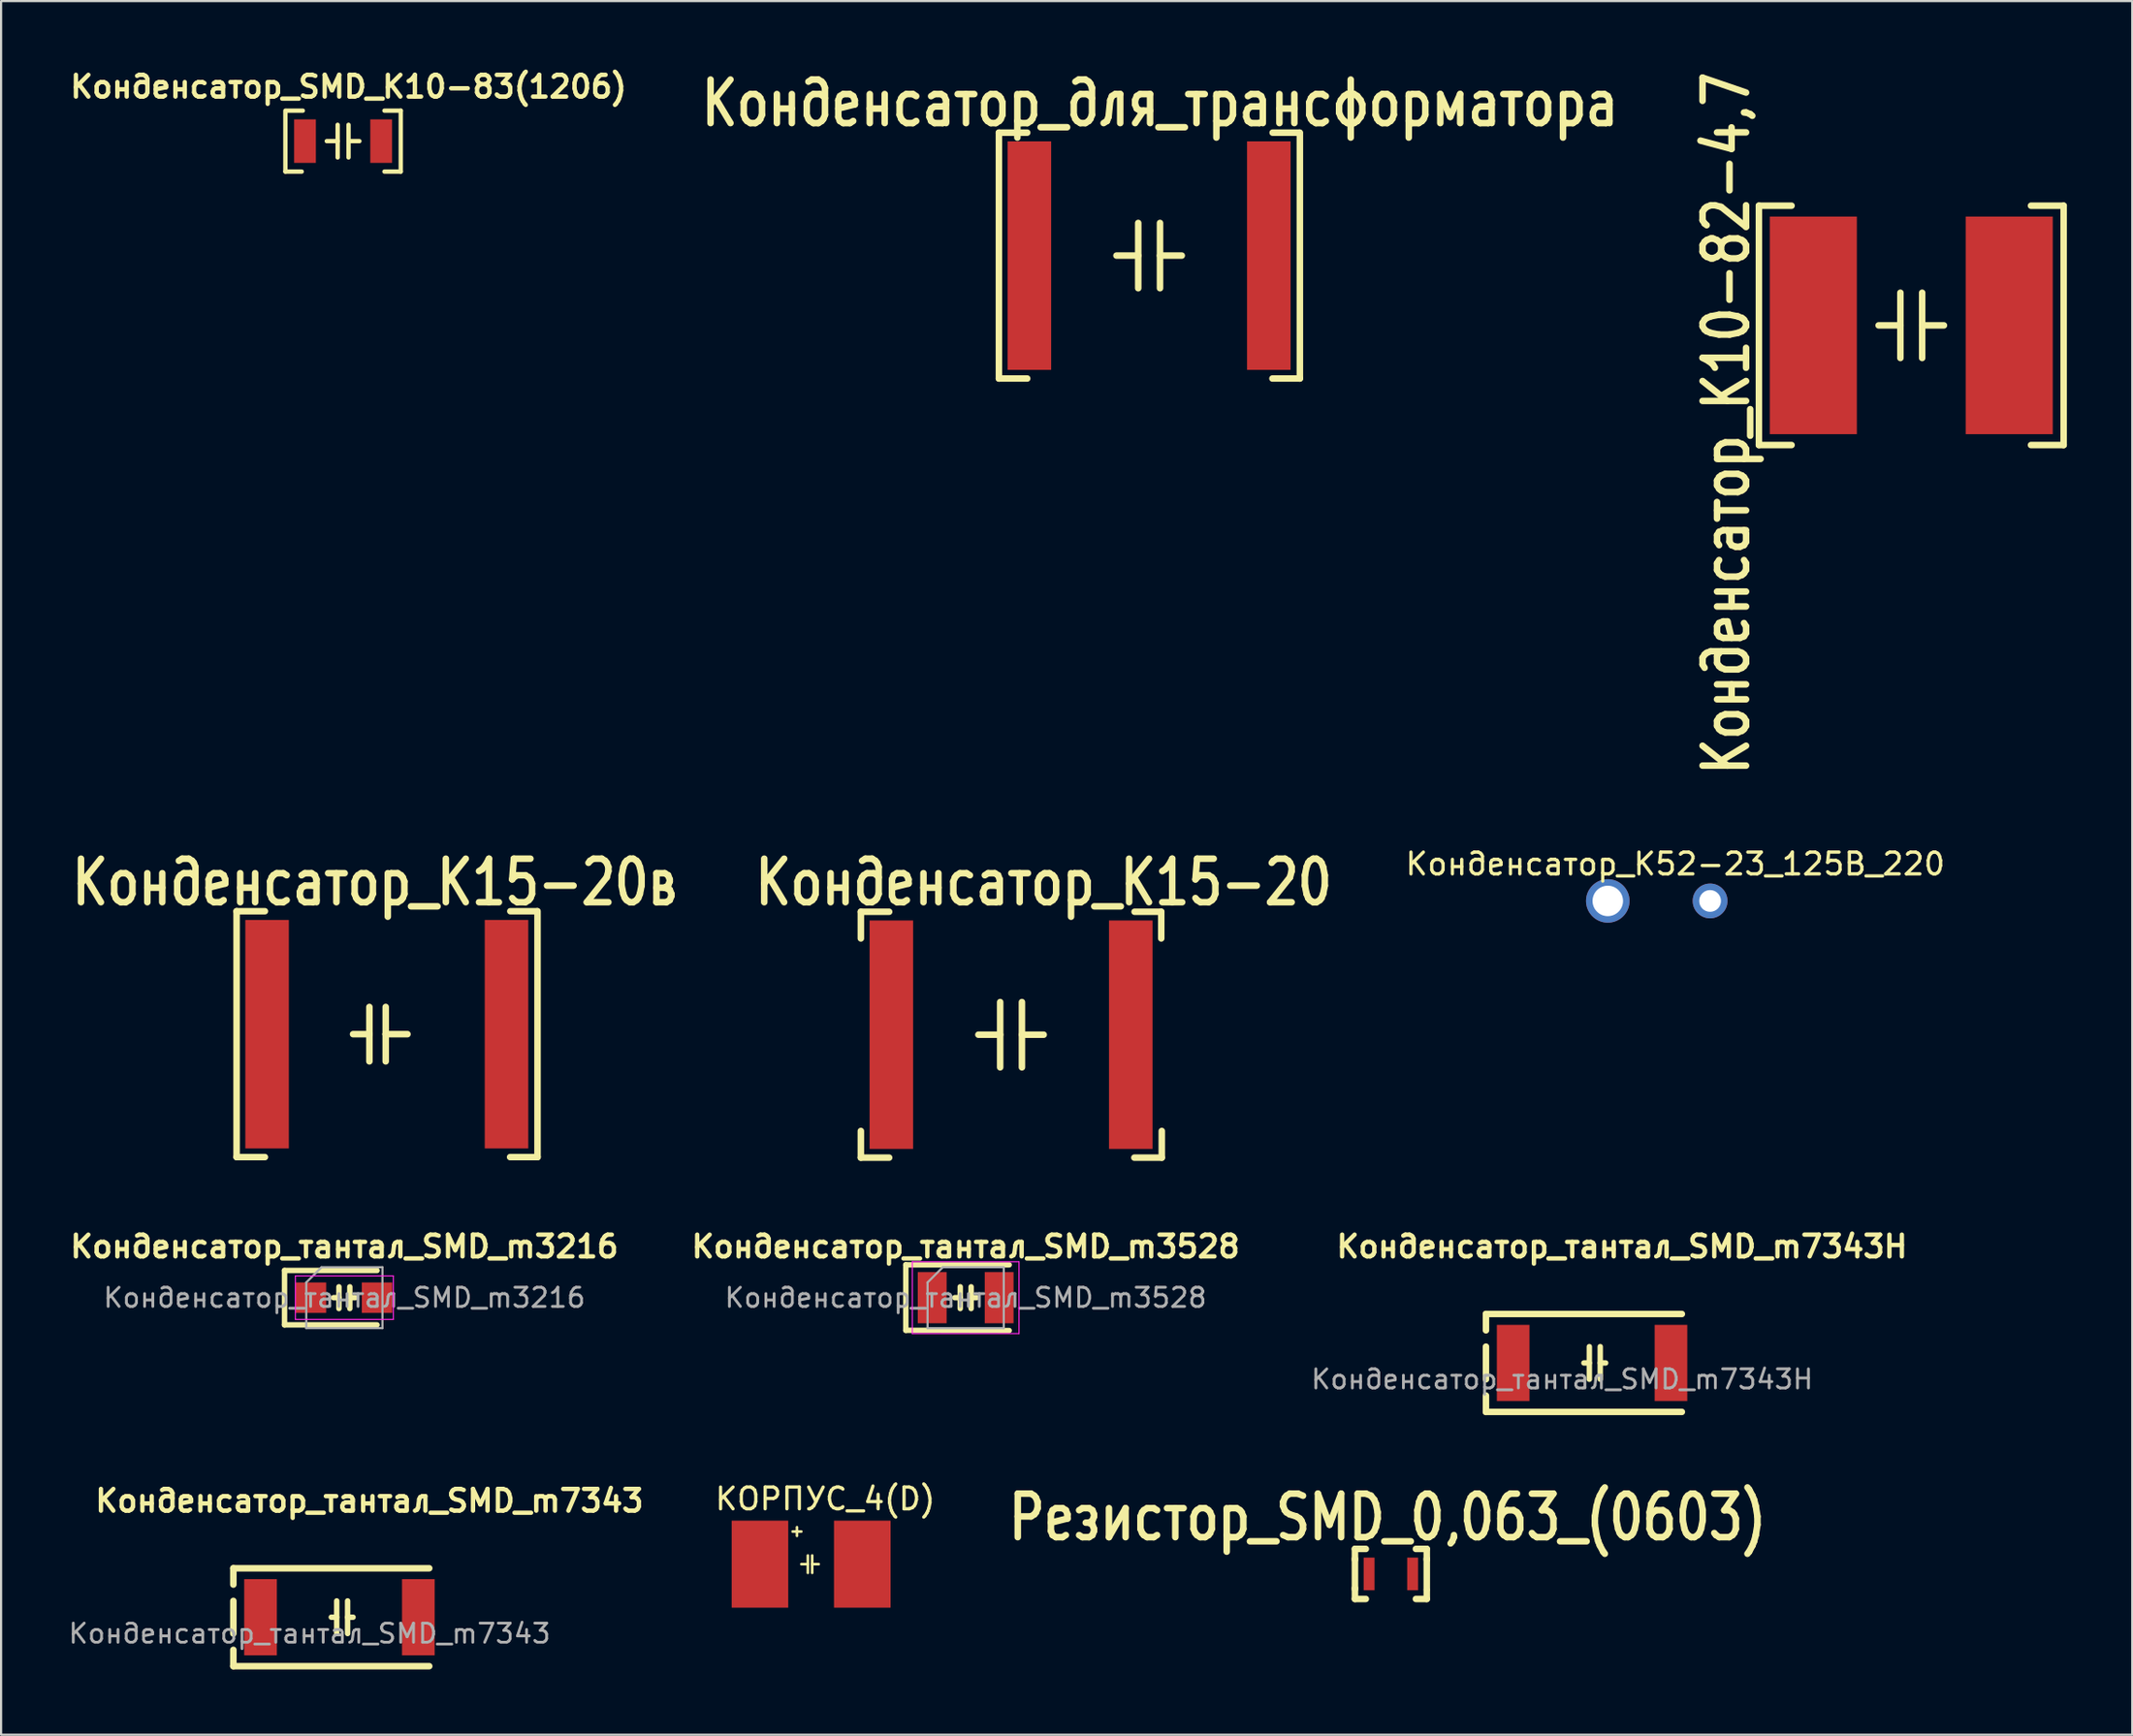
<source format=kicad_pcb>
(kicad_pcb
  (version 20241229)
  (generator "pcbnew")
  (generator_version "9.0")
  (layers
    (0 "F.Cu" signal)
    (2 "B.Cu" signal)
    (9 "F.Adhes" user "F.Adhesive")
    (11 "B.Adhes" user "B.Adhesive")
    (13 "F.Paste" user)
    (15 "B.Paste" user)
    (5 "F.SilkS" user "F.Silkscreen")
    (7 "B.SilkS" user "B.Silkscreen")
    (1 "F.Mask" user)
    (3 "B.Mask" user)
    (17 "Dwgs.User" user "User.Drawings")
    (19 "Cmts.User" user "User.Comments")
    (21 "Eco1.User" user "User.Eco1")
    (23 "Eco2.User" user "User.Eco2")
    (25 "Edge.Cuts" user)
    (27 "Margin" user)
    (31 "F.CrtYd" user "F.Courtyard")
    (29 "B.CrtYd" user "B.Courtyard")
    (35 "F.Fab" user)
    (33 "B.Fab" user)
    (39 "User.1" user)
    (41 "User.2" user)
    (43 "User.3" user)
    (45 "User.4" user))
  (footprint "Конденсатор_для_трансформатора"
    (layer "F.Cu")
    (at 44.242 8.697)
    (property "Reference" "Конденсатор_для_трансформатора" (at 6 -7 0) (layer "F.SilkS") (effects (font (size 2 1.6) (thickness 0.3))))
    (attr through_hole)
    (fp_line (start -1.4 -5.65) (end -1.4 5.65) (stroke (width 0.3) (type solid)) (layer "F.SilkS"))
    (fp_line (start -1.4 -5.65) (end -0.1 -5.65) (stroke (width 0.3) (type solid)) (layer "F.SilkS"))
    (fp_line (start -1.4 5.65) (end -0.1 5.65) (stroke (width 0.3) (type solid)) (layer "F.SilkS"))
    (fp_line (start 5 -1.5) (end 5 1.5) (stroke (width 0.3) (type solid)) (layer "F.SilkS"))
    (fp_line (start 5 0) (end 4 0) (stroke (width 0.3) (type solid)) (layer "F.SilkS"))
    (fp_line (start 6 -1.5) (end 6 1.5) (stroke (width 0.3) (type solid)) (layer "F.SilkS"))
    (fp_line (start 6 0) (end 7 0) (stroke (width 0.3) (type solid)) (layer "F.SilkS"))
    (fp_line (start 12.4 -5.65) (end 11.175 -5.65) (stroke (width 0.3) (type solid)) (layer "F.SilkS"))
    (fp_line (start 12.425 5.65) (end 11.165 5.65) (stroke (width 0.3) (type solid)) (layer "F.SilkS"))
    (fp_line (start 12.425 5.65) (end 12.425 -5.65) (stroke (width 0.3) (type solid)) (layer "F.SilkS"))
    (pad "1" smd rect (at 0 0) (size 2 10.5) (layers "F.Cu" "F.Mask" "F.Paste"))
    (pad "2" smd rect (at 11 0) (size 2 10.5) (layers "F.Cu" "F.Mask" "F.Paste")))
  (footprint "Конденсатор_тантал_SMD_m7343H"
    (layer "F.Cu")
    (at 66.467 59.591)
    (property "Reference" "Конденсатор_тантал_SMD_m7343H" (at 5 -5.35 0) (layer "F.SilkS") (effects (font (size 1 1) (thickness 0.2))))
    (attr smd)
    (fp_line (start -1.25 -2.25) (end -1.25 -1.5) (stroke (width 0.3) (type solid)) (layer "F.SilkS"))
    (fp_line (start -1.25 -2.25) (end 7.75 -2.25) (stroke (width 0.3) (type solid)) (layer "F.SilkS"))
    (fp_line (start -1.25 -0.75) (end -1.25 0.75) (stroke (width 0.3) (type solid)) (layer "F.SilkS"))
    (fp_line (start -1.25 2.25) (end -1.25 1.5) (stroke (width 0.3) (type solid)) (layer "F.SilkS"))
    (fp_line (start -1.25 2.25) (end 7.75 2.25) (stroke (width 0.3) (type solid)) (layer "F.SilkS"))
    (fp_line (start 3.5 -0.75) (end 3.5 0.75) (stroke (width 0.25) (type solid)) (layer "F.SilkS"))
    (fp_line (start 3.5 0) (end 3.25 0) (stroke (width 0.25) (type solid)) (layer "F.SilkS"))
    (fp_line (start 4 -0.75) (end 4 0.75) (stroke (width 0.25) (type solid)) (layer "F.SilkS"))
    (fp_line (start 4 0) (end 4.25 0) (stroke (width 0.25) (type solid)) (layer "F.SilkS"))
    (fp_text user "${REFERENCE}" (at 2.25 0.75 0) (layer "F.Fab") (effects (font (size 0.88 0.88) (thickness 0.13))))
    (pad "1" smd rect (at 0 0) (size 1.5 3.5) (layers "F.Cu" "F.Mask" "F.Paste"))
    (pad "2" smd rect (at 7.25 0) (size 1.5 3.5) (layers "F.Cu" "F.Mask" "F.Paste")))
  (footprint "Конденсатор_тантал_SMD_m7343"
    (layer "F.Cu")
    (at 8.92 71.277)
    (property "Reference" "Конденсатор_тантал_SMD_m7343" (at 5 -5.35 0) (layer "F.SilkS") (effects (font (size 1 1) (thickness 0.2))))
    (attr smd)
    (fp_line (start -1.25 -2.25) (end -1.25 -1.5) (stroke (width 0.3) (type solid)) (layer "F.SilkS"))
    (fp_line (start -1.25 -2.25) (end 7.75 -2.25) (stroke (width 0.3) (type solid)) (layer "F.SilkS"))
    (fp_line (start -1.25 -0.75) (end -1.25 0.75) (stroke (width 0.3) (type solid)) (layer "F.SilkS"))
    (fp_line (start -1.25 2.25) (end -1.25 1.5) (stroke (width 0.3) (type solid)) (layer "F.SilkS"))
    (fp_line (start -1.25 2.25) (end 7.75 2.25) (stroke (width 0.3) (type solid)) (layer "F.SilkS"))
    (fp_line (start 3.5 -0.75) (end 3.5 0.75) (stroke (width 0.25) (type solid)) (layer "F.SilkS"))
    (fp_line (start 3.5 0) (end 3.25 0) (stroke (width 0.25) (type solid)) (layer "F.SilkS"))
    (fp_line (start 4 -0.75) (end 4 0.75) (stroke (width 0.25) (type solid)) (layer "F.SilkS"))
    (fp_line (start 4 0) (end 4.25 0) (stroke (width 0.25) (type solid)) (layer "F.SilkS"))
    (fp_text user "${REFERENCE}" (at 2.25 0.75 0) (layer "F.Fab") (effects (font (size 0.88 0.88) (thickness 0.13))))
    (pad "1" smd rect (at 0 0) (size 1.5 3.5) (layers "F.Cu" "F.Mask" "F.Paste"))
    (pad "2" smd rect (at 7.25 0) (size 1.5 3.5) (layers "F.Cu" "F.Mask" "F.Paste")))
  (footprint "Конденсатор_тантал_SMD_m3528"
    (layer "F.Cu")
    (at 41.314 56.591)
    (property "Reference" "Конденсатор_тантал_SMD_m3528" (at 0 -2.35 0) (layer "F.SilkS") (effects (font (size 1 1) (thickness 0.2))))
    (attr smd)
    (fp_line (start -2.75 -1.51) (end -2.75 1.5) (stroke (width 0.25) (type solid)) (layer "F.SilkS"))
    (fp_line (start -2.75 1.5) (end 2 1.51) (stroke (width 0.25) (type solid)) (layer "F.SilkS"))
    (fp_line (start -0.25 -0.5) (end -0.25 0.5) (stroke (width 0.25) (type solid)) (layer "F.SilkS"))
    (fp_line (start -0.25 0) (end -0.5 0) (stroke (width 0.25) (type solid)) (layer "F.SilkS"))
    (fp_line (start 0.25 -0.5) (end 0.25 0.5) (stroke (width 0.25) (type solid)) (layer "F.SilkS"))
    (fp_line (start 0.25 0) (end 0.5 0) (stroke (width 0.25) (type solid)) (layer "F.SilkS"))
    (fp_line (start 2 -1.51) (end -2.75 -1.51) (stroke (width 0.25) (type solid)) (layer "F.SilkS"))
    (fp_line (start -2.45 -1.65) (end 2.45 -1.65) (stroke (width 0.05) (type solid)) (layer "F.CrtYd"))
    (fp_line (start -2.45 1.65) (end -2.45 -1.65) (stroke (width 0.05) (type solid)) (layer "F.CrtYd"))
    (fp_line (start 2.45 -1.65) (end 2.45 1.65) (stroke (width 0.05) (type solid)) (layer "F.CrtYd"))
    (fp_line (start 2.45 1.65) (end -2.45 1.65) (stroke (width 0.05) (type solid)) (layer "F.CrtYd"))
    (fp_line (start -1.75 -0.7) (end -1.75 1.4) (stroke (width 0.1) (type solid)) (layer "F.Fab"))
    (fp_line (start -1.75 1.4) (end 1.75 1.4) (stroke (width 0.1) (type solid)) (layer "F.Fab"))
    (fp_line (start -1.05 -1.4) (end -1.75 -0.7) (stroke (width 0.1) (type solid)) (layer "F.Fab"))
    (fp_line (start 1.75 -1.4) (end -1.05 -1.4) (stroke (width 0.1) (type solid)) (layer "F.Fab"))
    (fp_line (start 1.75 1.4) (end 1.75 -1.4) (stroke (width 0.1) (type solid)) (layer "F.Fab"))
    (fp_text user "${REFERENCE}" (at 0 0 0) (layer "F.Fab") (effects (font (size 0.88 0.88) (thickness 0.13))))
    (pad "1" smd rect (at -1.538 0) (size 1.325 2.35) (layers "F.Cu" "F.Mask" "F.Paste"))
    (pad "2" smd rect (at 1.538 0) (size 1.325 2.35) (layers "F.Cu" "F.Mask" "F.Paste")))
  (footprint "Конденсатор_К15-20в"
    (layer "F.Cu")
    (at 9.22 44.48)
    (property "Reference" "Конденсатор_К15-20в" (at 4.975 -6.975 0) (layer "F.SilkS") (effects (font (size 2 1.6) (thickness 0.3))))
    (attr through_hole)
    (fp_line (start -1.4 -5.65) (end -1.4 5.65) (stroke (width 0.3) (type solid)) (layer "F.SilkS"))
    (fp_line (start -1.4 -5.65) (end -0.1 -5.65) (stroke (width 0.3) (type solid)) (layer "F.SilkS"))
    (fp_line (start -1.4 5.65) (end -0.1 5.65) (stroke (width 0.3) (type solid)) (layer "F.SilkS"))
    (fp_line (start 4.7 0) (end 3.95 0) (stroke (width 0.3) (type solid)) (layer "F.SilkS"))
    (fp_line (start 4.7 0) (end 4.7 -1.25) (stroke (width 0.3) (type solid)) (layer "F.SilkS"))
    (fp_line (start 4.7 0) (end 4.7 1.25) (stroke (width 0.3) (type solid)) (layer "F.SilkS"))
    (fp_line (start 5.45 0) (end 5.45 -1.25) (stroke (width 0.3) (type solid)) (layer "F.SilkS"))
    (fp_line (start 5.45 0) (end 5.45 1.25) (stroke (width 0.3) (type solid)) (layer "F.SilkS"))
    (fp_line (start 5.45 0) (end 6.45 0) (stroke (width 0.3) (type solid)) (layer "F.SilkS"))
    (fp_line (start 12.4 -5.65) (end 11.175 -5.65) (stroke (width 0.3) (type solid)) (layer "F.SilkS"))
    (fp_line (start 12.425 5.65) (end 11.165 5.65) (stroke (width 0.3) (type solid)) (layer "F.SilkS"))
    (fp_line (start 12.425 5.65) (end 12.425 -5.65) (stroke (width 0.3) (type solid)) (layer "F.SilkS"))
    (pad "1" smd rect (at 0 0) (size 2 10.5) (layers "F.Cu" "F.Mask" "F.Paste"))
    (pad "2" smd rect (at 11 0) (size 2 10.5) (layers "F.Cu" "F.Mask" "F.Paste")))
  (footprint "Конденсатор_К10-82-4,7"
    (layer "F.Cu")
    (at 80.257 11.904)
    (property "Reference" "Конденсатор_К10-82-4,7" (at -4 4.5 270) (layer "F.SilkS") (effects (font (size 2 1.6) (thickness 0.3))))
    (attr through_hole)
    (fp_line (start -2.5 -5.5) (end -1 -5.5) (stroke (width 0.3) (type solid)) (layer "F.SilkS"))
    (fp_line (start -2.5 5.5) (end -2.5 -5.5) (stroke (width 0.3) (type solid)) (layer "F.SilkS"))
    (fp_line (start -1 5.5) (end -2.5 5.5) (stroke (width 0.3) (type solid)) (layer "F.SilkS"))
    (fp_line (start 3 0) (end 4 0) (stroke (width 0.3) (type solid)) (layer "F.SilkS"))
    (fp_line (start 4 -1.5) (end 4 1.5) (stroke (width 0.3) (type solid)) (layer "F.SilkS"))
    (fp_line (start 5 -1.5) (end 5 1.5) (stroke (width 0.3) (type solid)) (layer "F.SilkS"))
    (fp_line (start 5 0) (end 6 0) (stroke (width 0.3) (type solid)) (layer "F.SilkS"))
    (fp_line (start 10 -5.5) (end 11.5 -5.5) (stroke (width 0.3) (type solid)) (layer "F.SilkS"))
    (fp_line (start 11.5 -5.5) (end 11.5 5.5) (stroke (width 0.3) (type solid)) (layer "F.SilkS"))
    (fp_line (start 11.5 5.5) (end 10 5.5) (stroke (width 0.3) (type solid)) (layer "F.SilkS"))
    (pad "1" smd rect (at 0 0) (size 4 10) (layers "F.Cu" "F.Mask" "F.Paste"))
    (pad "2" smd rect (at 9 0) (size 4 10) (layers "F.Cu" "F.Mask" "F.Paste")))
  (footprint "Конденсатор_SMD_К10-83(1206)"
    (layer "F.Cu")
    (at 10.962 3.436)
    (property "Reference" "Конденсатор_SMD_К10-83(1206)" (at 2 -2.5 0) (layer "F.SilkS") (effects (font (size 1 1) (thickness 0.2))))
    (attr through_hole)
    (fp_line (start -0.9 -1.4) (end -0.9 1.4) (stroke (width 0.2) (type solid)) (layer "F.SilkS"))
    (fp_line (start -0.9 1.4) (end -0.15 1.4) (stroke (width 0.2) (type solid)) (layer "F.SilkS"))
    (fp_line (start -0.1 -1.4) (end -0.85 -1.4) (stroke (width 0.2) (type solid)) (layer "F.SilkS"))
    (fp_line (start 1.5 0) (end 1 0) (stroke (width 0.2) (type solid)) (layer "F.SilkS"))
    (fp_line (start 1.5 0.75) (end 1.5 -0.75) (stroke (width 0.2) (type solid)) (layer "F.SilkS"))
    (fp_line (start 2 0) (end 2.5 0) (stroke (width 0.2) (type solid)) (layer "F.SilkS"))
    (fp_line (start 2 0.75) (end 2 -0.75) (stroke (width 0.2) (type solid)) (layer "F.SilkS"))
    (fp_line (start 3.65 -1.4) (end 4.4 -1.4) (stroke (width 0.2) (type solid)) (layer "F.SilkS"))
    (fp_line (start 4.4 -1.4) (end 4.4 1.4) (stroke (width 0.2) (type solid)) (layer "F.SilkS"))
    (fp_line (start 4.4 1.4) (end 3.65 1.4) (stroke (width 0.2) (type solid)) (layer "F.SilkS"))
    (pad "1" smd rect (at 0 0) (size 1 2) (layers "F.Cu" "F.Mask" "F.Paste"))
    (pad "2" smd rect (at 3.5 0) (size 1 2) (layers "F.Cu" "F.Mask" "F.Paste")))
  (footprint "Конденсатор_К52-23_125В_220"
    (layer "F.Cu")
    (at 70.814 38.357)
    (property "Reference" "Конденсатор_К52-23_125В_220" (at 3.1 -1.7 0) (layer "F.SilkS") (effects (font (size 1 1) (thickness 0.15))))
    (attr through_hole)
    (pad "1" thru_hole circle (at 0 0) (size 2 2) (drill 1.4) (layers "*.Cu" "*.Mask"))
    (pad "2" thru_hole circle (at 4.7 0) (size 1.6 1.6) (drill 1) (layers "*.Cu" "*.Mask")))
  (footprint "Резистор_SMD_0,063_(0603)"
    (layer "F.Cu")
    (at 60.098 69.288)
    (property "Reference" "Резистор_SMD_0,063_(0603)" (at 0.6 -2.6 0) (layer "F.SilkS") (effects (font (size 2 1.6) (thickness 0.3))))
    (attr through_hole)
    (fp_line (start -0.9 -1.15) (end -0.9 -0.65) (stroke (width 0.3) (type solid)) (layer "F.SilkS"))
    (fp_line (start -0.9 -1.15) (end -0.4 -1.15) (stroke (width 0.3) (type solid)) (layer "F.SilkS"))
    (fp_line (start -0.9 -0.7) (end -0.9 0.7) (stroke (width 0.3) (type solid)) (layer "F.SilkS"))
    (fp_line (start -0.9 1.15) (end -0.9 0.65) (stroke (width 0.3) (type solid)) (layer "F.SilkS"))
    (fp_line (start -0.9 1.15) (end -0.4 1.15) (stroke (width 0.3) (type solid)) (layer "F.SilkS"))
    (fp_line (start 2.4 -1.15) (end 1.9 -1.15) (stroke (width 0.3) (type solid)) (layer "F.SilkS"))
    (fp_line (start 2.4 -1.15) (end 2.4 -0.65) (stroke (width 0.3) (type solid)) (layer "F.SilkS"))
    (fp_line (start 2.4 -0.7) (end 2.4 0.7) (stroke (width 0.3) (type solid)) (layer "F.SilkS"))
    (fp_line (start 2.4 1.15) (end 1.9 1.15) (stroke (width 0.3) (type solid)) (layer "F.SilkS"))
    (fp_line (start 2.4 1.15) (end 2.4 0.75) (stroke (width 0.3) (type solid)) (layer "F.SilkS"))
    (pad "1" smd rect (at -0.25 0) (size 0.5 1.5) (layers "F.Cu" "F.Mask" "F.Paste"))
    (pad "2" smd rect (at 1.75 0) (size 0.5 1.5) (layers "F.Cu" "F.Mask" "F.Paste")))
  (footprint "КОРПУС_4(D)"
    (layer "F.Cu")
    (at 31.864 68.839)
    (property "Reference" "КОРПУС_4(D)" (at 3 -3 0) (layer "F.SilkS") (effects (font (size 1 1) (thickness 0.15))))
    (attr through_hole)
    (fp_line (start 1.7 -1.7) (end 1.7 -1.3) (stroke (width 0.12) (type solid)) (layer "F.SilkS"))
    (fp_line (start 1.9 -1.5) (end 1.5 -1.5) (stroke (width 0.12) (type solid)) (layer "F.SilkS"))
    (fp_line (start 1.9 0) (end 2.2 0) (stroke (width 0.12) (type solid)) (layer "F.SilkS"))
    (fp_line (start 2.2 -0.4) (end 2.2 0.4) (stroke (width 0.12) (type solid)) (layer "F.SilkS"))
    (fp_line (start 2.4 -0.4) (end 2.4 0.4) (stroke (width 0.12) (type solid)) (layer "F.SilkS"))
    (fp_line (start 2.4 0) (end 2.7 0) (stroke (width 0.12) (type solid)) (layer "F.SilkS"))
    (pad "1" connect rect (at 0 0) (size 2.6 4) (layers "F.Cu" "F.Mask"))
    (pad "2" connect rect (at 4.7 0) (size 2.6 4) (layers "F.Cu" "F.Mask")))
  (footprint "Конденсатор_К15-20"
    (layer "F.Cu")
    (at 37.899 44.505)
    (property "Reference" "Конденсатор_К15-20" (at 7 -7 180) (layer "F.SilkS") (effects (font (size 2 1.6) (thickness 0.3))))
    (attr through_hole)
    (fp_line (start -1.4 -5.65) (end -0.1 -5.65) (stroke (width 0.3) (type solid)) (layer "F.SilkS"))
    (fp_line (start -1.4 -4.425) (end -1.4 -5.65) (stroke (width 0.3) (type solid)) (layer "F.SilkS"))
    (fp_line (start -1.4 5.65) (end -1.4 4.425) (stroke (width 0.3) (type solid)) (layer "F.SilkS"))
    (fp_line (start -1.4 5.65) (end -0.1 5.65) (stroke (width 0.3) (type solid)) (layer "F.SilkS"))
    (fp_line (start 5 -1.5) (end 5 1.5) (stroke (width 0.3) (type solid)) (layer "F.SilkS"))
    (fp_line (start 5 0) (end 4 0) (stroke (width 0.3) (type solid)) (layer "F.SilkS"))
    (fp_line (start 6 -1.5) (end 6 1.5) (stroke (width 0.3) (type solid)) (layer "F.SilkS"))
    (fp_line (start 6 0) (end 7 0) (stroke (width 0.3) (type solid)) (layer "F.SilkS"))
    (fp_line (start 12.4 -5.65) (end 11.175 -5.65) (stroke (width 0.3) (type solid)) (layer "F.SilkS"))
    (fp_line (start 12.4 -4.425) (end 12.4 -5.65) (stroke (width 0.3) (type solid)) (layer "F.SilkS"))
    (fp_line (start 12.425 5.65) (end 11.165 5.65) (stroke (width 0.3) (type solid)) (layer "F.SilkS"))
    (fp_line (start 12.425 5.65) (end 12.425 4.425) (stroke (width 0.3) (type solid)) (layer "F.SilkS"))
    (pad "1" smd rect (at 0 0) (size 2 10.5) (layers "F.Cu" "F.Mask" "F.Paste"))
    (pad "2" smd rect (at 11 0) (size 2 10.5) (layers "F.Cu" "F.Mask" "F.Paste")))
  (footprint "Конденсатор_тантал_SMD_m3216"
    (layer "F.Cu")
    (at 11.271 56.591)
    (property "Reference" "Конденсатор_тантал_SMD_m3216" (at 1.5 -2.35 0) (layer "F.SilkS") (effects (font (size 1 1) (thickness 0.2))))
    (attr smd)
    (fp_line (start -1.25 -1.25) (end -1.25 1.25) (stroke (width 0.25) (type solid)) (layer "F.SilkS"))
    (fp_line (start -1.25 1.25) (end 3 1.25) (stroke (width 0.25) (type solid)) (layer "F.SilkS"))
    (fp_line (start 1.25 -0.5) (end 1.25 0.5) (stroke (width 0.25) (type solid)) (layer "F.SilkS"))
    (fp_line (start 1.25 0) (end 1 0) (stroke (width 0.25) (type solid)) (layer "F.SilkS"))
    (fp_line (start 1.75 -0.5) (end 1.75 0.5) (stroke (width 0.25) (type solid)) (layer "F.SilkS"))
    (fp_line (start 1.75 0) (end 2 0) (stroke (width 0.25) (type solid)) (layer "F.SilkS"))
    (fp_line (start 3 -1.25) (end -1.25 -1.25) (stroke (width 0.25) (type solid)) (layer "F.SilkS"))
    (fp_line (start -0.75 -1) (end 3.75 -1) (stroke (width 0.05) (type solid)) (layer "F.CrtYd"))
    (fp_line (start -0.75 1) (end -0.75 -1) (stroke (width 0.05) (type solid)) (layer "F.CrtYd"))
    (fp_line (start 3.75 -1) (end 3.75 1) (stroke (width 0.05) (type solid)) (layer "F.CrtYd"))
    (fp_line (start 3.75 1) (end -0.75 1) (stroke (width 0.05) (type solid)) (layer "F.CrtYd"))
    (fp_line (start -0.25 -0.7) (end -0.25 1.4) (stroke (width 0.1) (type solid)) (layer "F.Fab"))
    (fp_line (start -0.25 1.4) (end 3.25 1.4) (stroke (width 0.1) (type solid)) (layer "F.Fab"))
    (fp_line (start 0.45 -1.4) (end -0.25 -0.7) (stroke (width 0.1) (type solid)) (layer "F.Fab"))
    (fp_line (start 3.25 -1.4) (end 0.45 -1.4) (stroke (width 0.1) (type solid)) (layer "F.Fab"))
    (fp_line (start 3.25 1.4) (end 3.25 -1.4) (stroke (width 0.1) (type solid)) (layer "F.Fab"))
    (fp_text user "${REFERENCE}" (at 1.5 0 0) (layer "F.Fab") (effects (font (size 0.88 0.88) (thickness 0.13))))
    (pad "1" smd rect (at -0.037 0) (size 1.4 1.4) (layers "F.Cu" "F.Mask" "F.Paste"))
    (pad "2" smd rect (at 3 0) (size 1.4 1.4) (layers "F.Cu" "F.Mask" "F.Paste")))
  (gr_rect
    (start -3 -3)
    (end 94.907 76.677)
    (stroke (width 0.1) (type default))
    (fill no)
    (layer "Edge.Cuts")))
</source>
